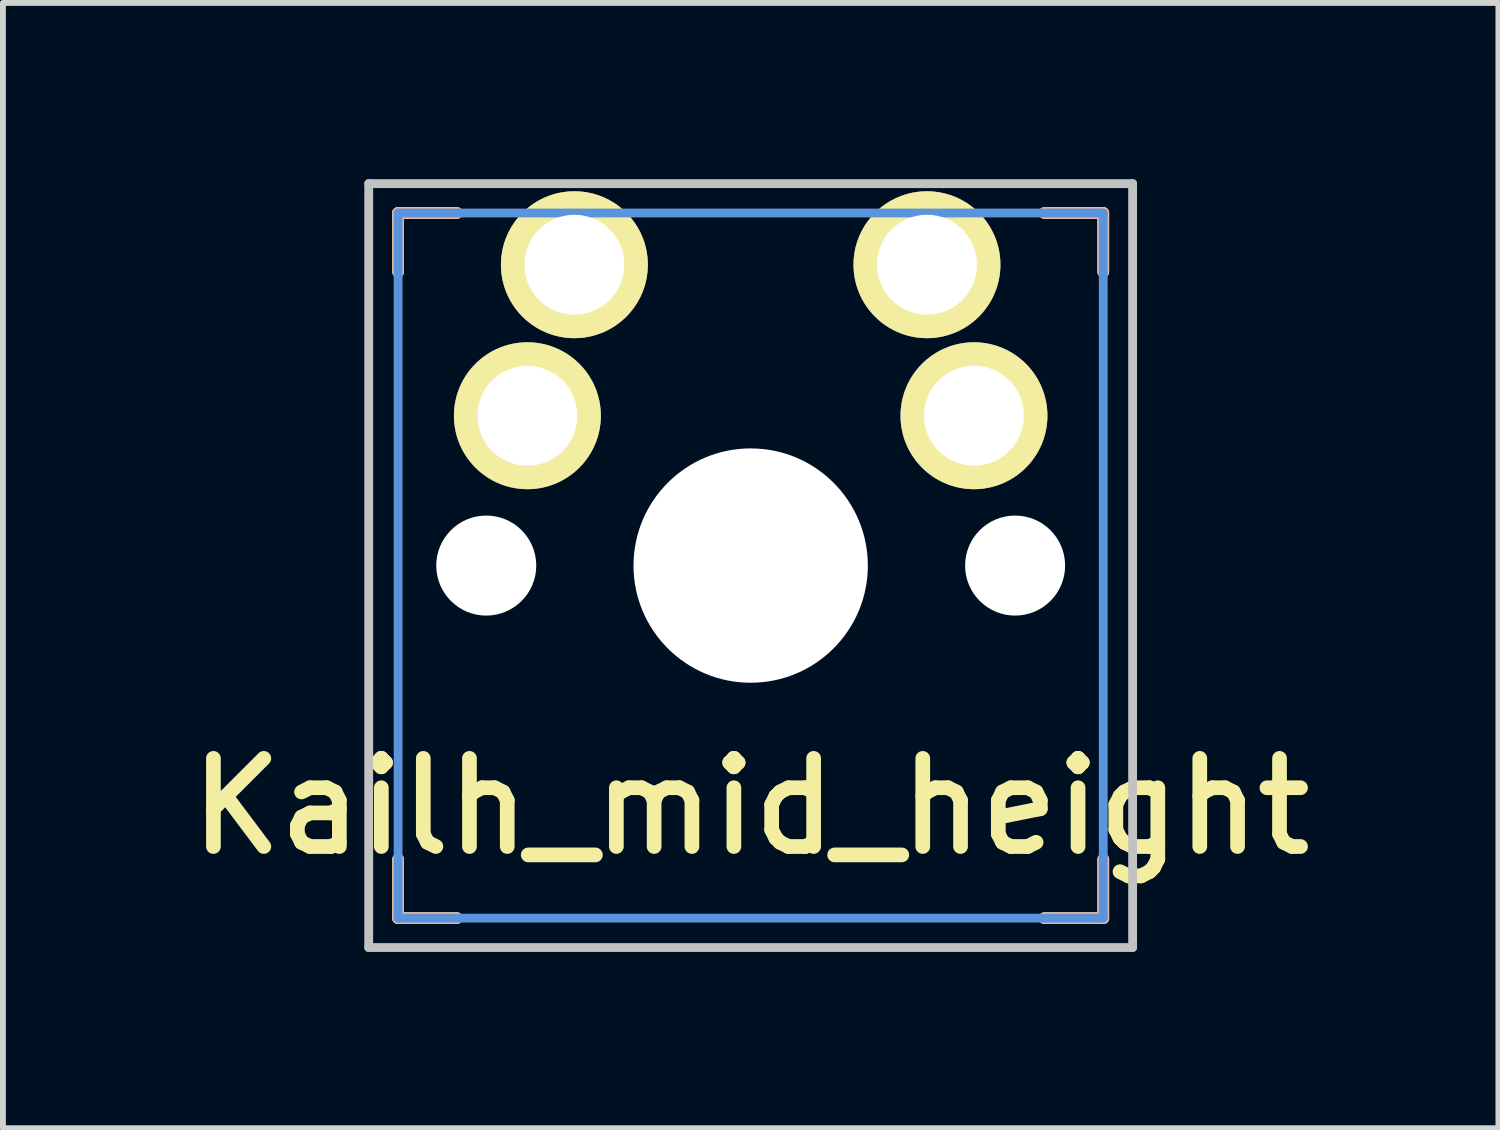
<source format=kicad_pcb>
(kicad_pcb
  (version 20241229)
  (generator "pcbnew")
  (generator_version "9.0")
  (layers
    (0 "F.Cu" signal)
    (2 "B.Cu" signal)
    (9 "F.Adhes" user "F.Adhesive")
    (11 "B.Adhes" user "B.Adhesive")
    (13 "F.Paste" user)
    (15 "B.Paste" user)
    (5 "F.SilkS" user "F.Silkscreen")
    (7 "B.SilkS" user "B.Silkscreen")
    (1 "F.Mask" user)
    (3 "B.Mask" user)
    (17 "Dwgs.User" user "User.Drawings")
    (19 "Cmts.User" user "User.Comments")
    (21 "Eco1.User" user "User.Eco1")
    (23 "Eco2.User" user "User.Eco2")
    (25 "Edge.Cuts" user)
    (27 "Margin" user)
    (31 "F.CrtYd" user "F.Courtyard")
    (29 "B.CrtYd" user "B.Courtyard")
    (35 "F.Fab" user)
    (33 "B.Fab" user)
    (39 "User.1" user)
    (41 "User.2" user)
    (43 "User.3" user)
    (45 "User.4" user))
  (footprint "Kailh_mid_height"
    (layer "F.Cu")
    (at 9.725 6.575)
    (property "Reference" "Kailh_mid_height" (at 0 4.1 0) (layer "F.SilkS") (effects (font (size 1.5 1.5) (thickness 0.25))))
    (attr through_hole)
    (fp_line (start -6 -6) (end -5 -6) (stroke (width 0.2) (type solid)) (layer "F.SilkS"))
    (fp_line (start -6 -5) (end -6 -6) (stroke (width 0.2) (type solid)) (layer "F.SilkS"))
    (fp_line (start -6 6) (end -6 5) (stroke (width 0.2) (type solid)) (layer "F.SilkS"))
    (fp_line (start -5 6) (end -6 6) (stroke (width 0.2) (type solid)) (layer "F.SilkS"))
    (fp_line (start 5 -6) (end 6 -6) (stroke (width 0.2) (type solid)) (layer "F.SilkS"))
    (fp_line (start 6 -6) (end 6 -5) (stroke (width 0.2) (type solid)) (layer "F.SilkS"))
    (fp_line (start 6 5) (end 6 6) (stroke (width 0.2) (type solid)) (layer "F.SilkS"))
    (fp_line (start 6 6) (end 5 6) (stroke (width 0.2) (type solid)) (layer "F.SilkS"))
    (fp_line (start -6 -6) (end -5 -6) (stroke (width 0.2) (type solid)) (layer "B.SilkS"))
    (fp_line (start -6 -5) (end -6 -6) (stroke (width 0.2) (type solid)) (layer "B.SilkS"))
    (fp_line (start -6 6) (end -6 5) (stroke (width 0.2) (type solid)) (layer "B.SilkS"))
    (fp_line (start -5 6) (end -6 6) (stroke (width 0.2) (type solid)) (layer "B.SilkS"))
    (fp_line (start 5 -6) (end 6 -6) (stroke (width 0.2) (type solid)) (layer "B.SilkS"))
    (fp_line (start 6 -6) (end 6 -5) (stroke (width 0.2) (type solid)) (layer "B.SilkS"))
    (fp_line (start 6 5) (end 6 6) (stroke (width 0.2) (type solid)) (layer "B.SilkS"))
    (fp_line (start 6 6) (end 5 6) (stroke (width 0.2) (type solid)) (layer "B.SilkS"))
    (fp_line (start -6.5 -6.5) (end 6.5 -6.5) (stroke (width 0.15) (type solid)) (layer "Dwgs.User"))
    (fp_line (start -6.5 6.5) (end -6.5 -6.5) (stroke (width 0.15) (type solid)) (layer "Dwgs.User"))
    (fp_line (start 6.5 -6.5) (end 6.5 6.5) (stroke (width 0.15) (type solid)) (layer "Dwgs.User"))
    (fp_line (start 6.5 6.5) (end -6.5 6.5) (stroke (width 0.15) (type solid)) (layer "Dwgs.User"))
    (fp_line (start -6 6) (end -6 -6) (stroke (width 0.15) (type solid)) (layer "Cmts.User"))
    (fp_line (start -6 6) (end 6 6) (stroke (width 0.15) (type solid)) (layer "Cmts.User"))
    (fp_line (start 6 -6) (end -6 -6) (stroke (width 0.15) (type solid)) (layer "Cmts.User"))
    (fp_line (start 6 -6) (end 6 6) (stroke (width 0.15) (type solid)) (layer "Cmts.User"))
    (pad "" np_thru_hole circle (at -4.5 0) (size 1.702 1.702) (drill 1.702) (layers "*.Cu" "*.Mask"))
    (pad "" np_thru_hole circle (at 0 0) (size 3.988 3.988) (drill 3.988) (layers "*.Cu" "*.Mask"))
    (pad "" np_thru_hole circle (at 4.5 0) (size 1.702 1.702) (drill 1.702) (layers "*.Cu" "*.Mask"))
    (pad "1" thru_hole circle (at -3.8 -2.55) (size 2.5 2.5) (drill 1.7) (layers "*.Cu" "*.Mask" "F.SilkS"))
    (pad "1" thru_hole circle (at -3 -5.12) (size 2.5 2.5) (drill 1.7) (layers "*.Cu" "*.Mask" "F.SilkS"))
    (pad "2" thru_hole circle (at 3 -5.12) (size 2.5 2.5) (drill 1.7) (layers "*.Cu" "*.Mask" "F.SilkS"))
    (pad "2" thru_hole circle (at 3.8 -2.55) (size 2.5 2.5) (drill 1.7) (layers "*.Cu" "*.Mask" "F.SilkS")))
  (gr_rect
    (start -3 -3)
    (end 22.45 16.15)
    (stroke (width 0.1) (type default))
    (fill no)
    (layer "Edge.Cuts")))
</source>
